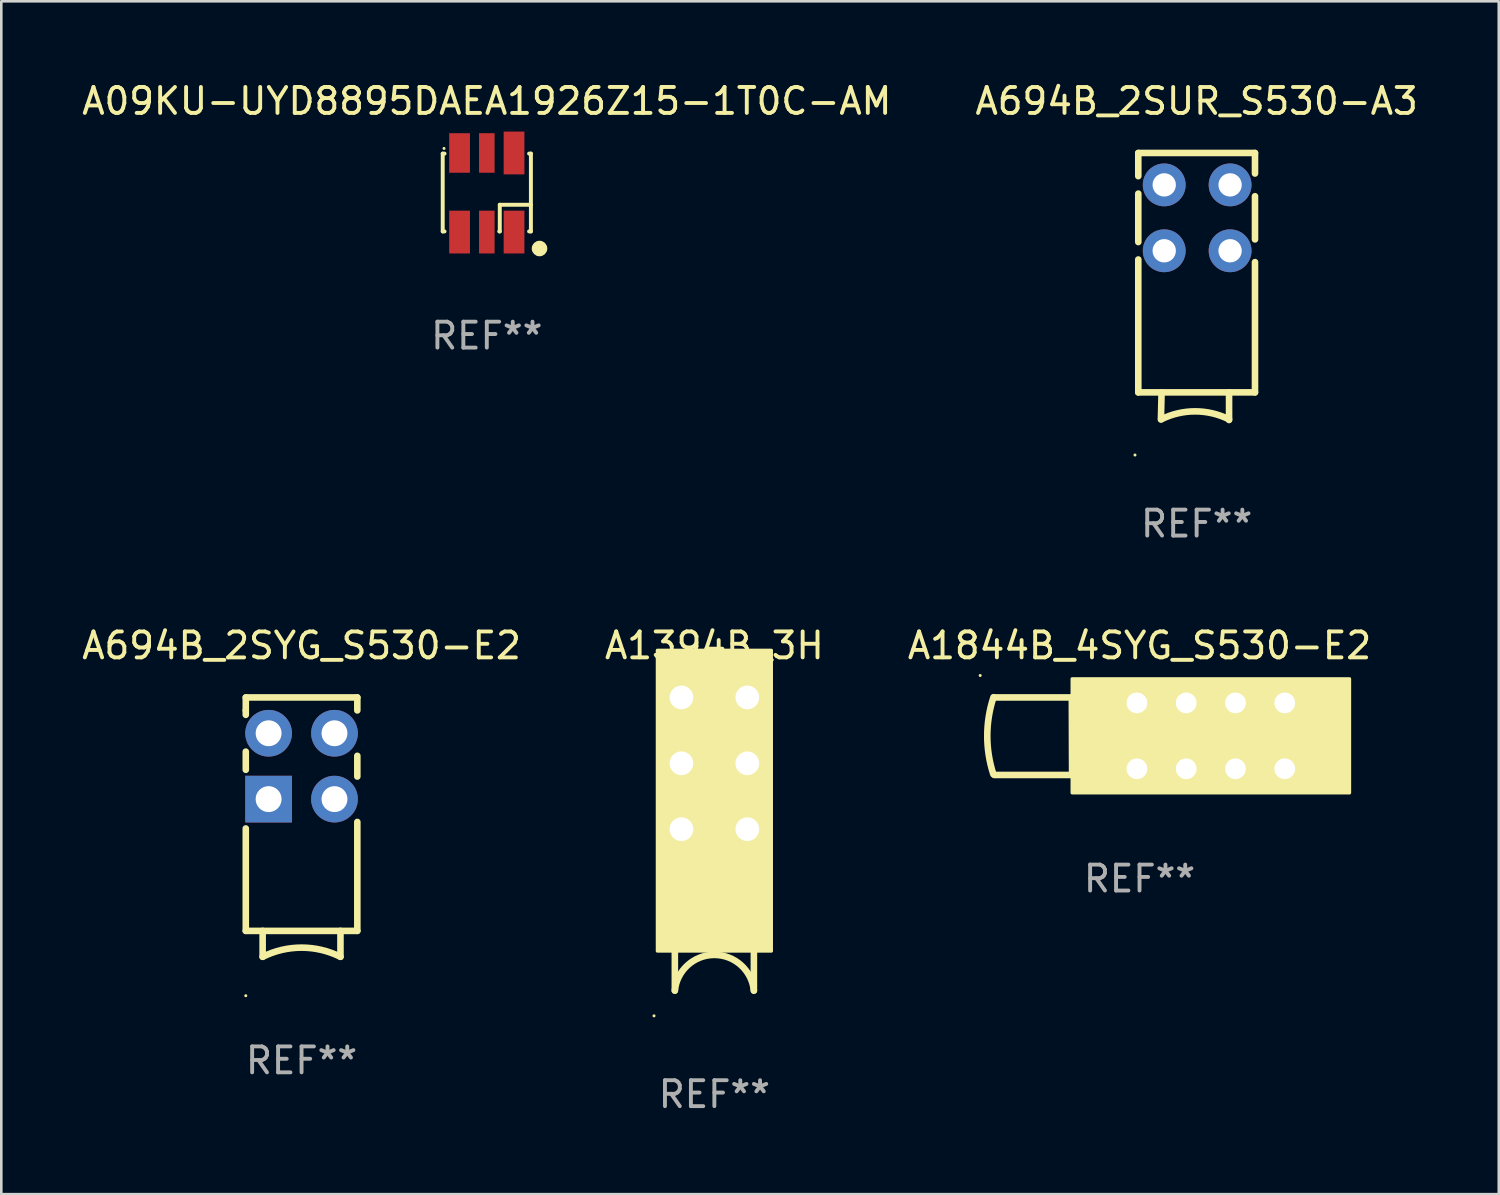
<source format=kicad_pcb>
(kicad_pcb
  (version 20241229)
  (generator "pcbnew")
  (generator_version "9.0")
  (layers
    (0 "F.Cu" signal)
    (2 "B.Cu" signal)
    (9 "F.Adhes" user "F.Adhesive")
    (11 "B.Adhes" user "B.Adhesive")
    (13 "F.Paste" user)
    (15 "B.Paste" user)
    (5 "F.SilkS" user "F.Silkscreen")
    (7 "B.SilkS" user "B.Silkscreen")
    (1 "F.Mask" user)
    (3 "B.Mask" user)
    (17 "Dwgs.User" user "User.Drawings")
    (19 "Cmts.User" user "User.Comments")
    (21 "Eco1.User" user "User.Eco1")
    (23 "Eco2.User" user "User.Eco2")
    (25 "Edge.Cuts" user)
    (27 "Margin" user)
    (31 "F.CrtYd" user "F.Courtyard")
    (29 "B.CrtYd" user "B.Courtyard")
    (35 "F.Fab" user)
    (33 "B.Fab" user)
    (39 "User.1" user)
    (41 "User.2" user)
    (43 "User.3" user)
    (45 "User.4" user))
  (footprint "A694B_2SYG_S530-E2"
    (layer "F.Cu")
    (at 8.577 28.842)
    (property "Reference" "A694B_2SYG_S530-E2" (at 0 -7 0) (layer "F.SilkS") (effects (font (size 1 1) (thickness 0.15))))
    (attr through_hole)
    (fp_line (start -2.15 -4.5) (end -2.15 -5) (stroke (width 0.254) (type solid)) (layer "F.SilkS"))
    (fp_line (start -2.15 -4.5) (end -2.15 -4.33) (stroke (width 0.254) (type solid)) (layer "F.SilkS"))
    (fp_line (start -2.15 -2.911) (end -2.15 -2.211) (stroke (width 0.254) (type solid)) (layer "F.SilkS"))
    (fp_line (start -2.15 0.051) (end -2.15 4) (stroke (width 0.254) (type solid)) (layer "F.SilkS"))
    (fp_line (start -1.5 4) (end -1.5 5) (stroke (width 0.254) (type solid)) (layer "F.SilkS"))
    (fp_line (start 1.5 4) (end 1.5 5) (stroke (width 0.254) (type solid)) (layer "F.SilkS"))
    (fp_line (start 2.15 -5) (end -2.15 -5) (stroke (width 0.254) (type solid)) (layer "F.SilkS"))
    (fp_line (start 2.15 -4.5) (end 2.15 -5) (stroke (width 0.254) (type solid)) (layer "F.SilkS"))
    (fp_line (start 2.15 -1.95) (end 2.15 -2.75) (stroke (width 0.254) (type solid)) (layer "F.SilkS"))
    (fp_line (start 2.15 4) (end -2.15 4) (stroke (width 0.254) (type solid)) (layer "F.SilkS"))
    (fp_line (start 2.15 4) (end 2.15 -0.2) (stroke (width 0.254) (type solid)) (layer "F.SilkS"))
    (fp_arc (start -1.499975 5.000013) (mid 0.000025 4.645911) (end 1.500025 5.000013) (stroke (width 0.254001) (type solid)) (layer "F.SilkS"))
    (fp_circle (center -2.15 6.5) (end -2.12 6.5) (stroke (width 0.06) (type solid)) (fill no) (layer "F.SilkS"))
    (fp_text user "REF**" (at 0 9 0) (layer "F.Fab") (effects (font (size 1 1) (thickness 0.15))))
    (pad "1" thru_hole rect (at -1.27 -1.08) (size 1.8 1.8) (drill 1) (layers "*.Cu" "*.Mask"))
    (pad "2" thru_hole circle (at 1.27 -1.08) (size 1.8 1.8) (drill 1) (layers "*.Cu" "*.Mask"))
    (pad "3" thru_hole circle (at -1.27 -3.62) (size 1.8 1.8) (drill 1) (layers "*.Cu" "*.Mask"))
    (pad "4" thru_hole circle (at 1.27 -3.62) (size 1.8 1.8) (drill 1) (layers "*.Cu" "*.Mask")))
  (footprint "A09KU-UYD8895DAEA1926Z15-1T0C-AM"
    (layer "F.Cu")
    (at 15.72 4.373)
    (property "Reference" "A09KU-UYD8895DAEA1926Z15-1T0C-AM" (at 0 -3.525 0) (layer "F.SilkS") (effects (font (size 1 1) (thickness 0.15))))
    (attr through_hole)
    (fp_line (start -1.7 1.5) (end -1.7 -1.5) (stroke (width 0.152) (type solid)) (layer "F.SilkS"))
    (fp_line (start -1.63 -1.5) (end -1.7 -1.5) (stroke (width 0.152) (type solid)) (layer "F.SilkS"))
    (fp_line (start -1.63 1.5) (end -1.7 1.5) (stroke (width 0.152) (type solid)) (layer "F.SilkS"))
    (fp_line (start 0.5 0.472) (end 0.5 1.5) (stroke (width 0.152) (type solid)) (layer "F.SilkS"))
    (fp_line (start 0.5 1.5) (end 0.48 1.5) (stroke (width 0.152) (type solid)) (layer "F.SilkS"))
    (fp_line (start 1.63 1.5) (end 1.7 1.5) (stroke (width 0.152) (type solid)) (layer "F.SilkS"))
    (fp_line (start 1.7 -1.5) (end 1.63 -1.5) (stroke (width 0.152) (type solid)) (layer "F.SilkS"))
    (fp_line (start 1.7 -1.5) (end 1.7 1.5) (stroke (width 0.152) (type solid)) (layer "F.SilkS"))
    (fp_line (start 1.7 0.472) (end 0.5 0.472) (stroke (width 0.152) (type solid)) (layer "F.SilkS"))
    (fp_circle (center -1.65 -1.7) (end -1.62 -1.7) (stroke (width 0.06) (type solid)) (fill no) (layer "F.SilkS"))
    (fp_circle (center 2.032 2.159) (end 2.182 2.159) (stroke (width 0.3) (type solid)) (fill no) (layer "F.SilkS"))
    (fp_text user "REF**" (at 0 5.525 0) (layer "F.Fab") (effects (font (size 1 1) (thickness 0.15))))
    (pad "1" smd rect (at -1.05 -1.525) (size 0.8 1.525) (layers "F.Cu" "F.Mask" "F.Paste"))
    (pad "2" smd rect (at 0 -1.525) (size 0.6 1.525) (layers "F.Cu" "F.Mask" "F.Paste"))
    (pad "3" smd rect (at 1.05 -1.525) (size 0.8 1.65) (layers "F.Cu" "F.Mask" "F.Paste"))
    (pad "4" smd rect (at -1.05 1.525) (size 0.8 1.65) (layers "F.Cu" "F.Mask" "F.Paste"))
    (pad "5" smd rect (at 0 1.525) (size 0.6 1.65) (layers "F.Cu" "F.Mask" "F.Paste"))
    (pad "6" smd rect (at 1.05 1.525) (size 0.8 1.65) (layers "F.Cu" "F.Mask" "F.Paste")))
  (footprint "A1394B_3H"
    (layer "F.Cu")
    (at 24.494 29.493)
    (property "Reference" "A1394B_3H" (at 0 -7.652 0) (layer "F.SilkS") (effects (font (size 1 1) (thickness 0.15))))
    (attr through_hole)
    (fp_line (start -1.524 5.652) (end -1.524 4.128) (stroke (width 0.254) (type solid)) (layer "F.SilkS"))
    (fp_line (start 1.524 5.652) (end 1.524 4.128) (stroke (width 0.254) (type solid)) (layer "F.SilkS"))
    (fp_arc (start -1.524003 5.651512) (mid 0 4.275346) (end 1.524003 5.651511) (stroke (width 0.254001) (type solid)) (layer "F.SilkS"))
    (fp_circle (center -2.327 6.625) (end -2.297 6.625) (stroke (width 0.06) (type solid)) (fill no) (layer "F.SilkS"))
    (fp_poly (pts (xy -2.2 -7.471) (xy 2.2 -7.471) (xy 2.2 4.129) (xy -2.2 4.129)) (stroke (width 0.12) (type solid)) (fill yes) (layer "F.SilkS"))
    (fp_text user "REF**" (at 0 9.652 0) (layer "F.Fab") (effects (font (size 1 1) (thickness 0.15))))
    (pad "1" thru_hole circle (at -1.27 -0.572) (size 1.524 1.524) (drill 0.914) (layers "*.Cu" "*.Mask"))
    (pad "2" thru_hole circle (at 1.27 -0.572) (size 1.524 1.524) (drill 0.914) (layers "*.Cu" "*.Mask"))
    (pad "3" thru_hole circle (at -1.27 -3.112) (size 1.524 1.524) (drill 0.914) (layers "*.Cu" "*.Mask"))
    (pad "4" thru_hole circle (at 1.27 -3.112) (size 1.524 1.524) (drill 0.914) (layers "*.Cu" "*.Mask"))
    (pad "5" thru_hole circle (at -1.27 -5.652) (size 1.524 1.524) (drill 0.914) (layers "*.Cu" "*.Mask"))
    (pad "6" thru_hole circle (at 1.27 -5.652) (size 1.524 1.524) (drill 0.914) (layers "*.Cu" "*.Mask")))
  (footprint "A1844B_4SYG_S530-E2"
    (layer "F.Cu")
    (at 40.887 25.336)
    (property "Reference" "A1844B_4SYG_S530-E2" (at 0 -3.495 0) (layer "F.SilkS") (effects (font (size 1 1) (thickness 0.15))))
    (attr through_hole)
    (fp_line (start -5.599 -1.495) (end -2.61 -1.495) (stroke (width 0.254) (type solid)) (layer "F.SilkS"))
    (fp_line (start -2.61 -1.495) (end -2.6 1.495) (stroke (width 0.254) (type solid)) (layer "F.SilkS"))
    (fp_line (start -2.6 1.495) (end -5.599 1.495) (stroke (width 0.254) (type solid)) (layer "F.SilkS"))
    (fp_arc (start -5.637465 1.463373) (mid -5.87046 -0.020851) (end -5.63048 -1.503962) (stroke (width 0.254001) (type solid)) (layer "F.SilkS"))
    (fp_circle (center -6.144 -2.341) (end -6.114 -2.341) (stroke (width 0.06) (type solid)) (fill no) (layer "F.SilkS"))
    (fp_poly (pts (xy -2.6 -2.214) (xy 8.1 -2.214) (xy 8.1 2.186) (xy -2.6 2.186)) (stroke (width 0.12) (type solid)) (fill yes) (layer "F.SilkS"))
    (fp_text user "REF**" (at 0 5.495 0) (layer "F.Fab") (effects (font (size 1 1) (thickness 0.15))))
    (pad "1" thru_hole circle (at -0.101 -1.284) (size 1.3 1.3) (drill 0.8) (layers "*.Cu" "*.Mask"))
    (pad "2" thru_hole circle (at -0.101 1.256) (size 1.3 1.3) (drill 0.8) (layers "*.Cu" "*.Mask"))
    (pad "3" thru_hole circle (at 1.8 -1.284) (size 1.3 1.3) (drill 0.8) (layers "*.Cu" "*.Mask"))
    (pad "4" thru_hole circle (at 1.8 1.256) (size 1.3 1.3) (drill 0.8) (layers "*.Cu" "*.Mask"))
    (pad "5" thru_hole circle (at 3.7 -1.284) (size 1.3 1.3) (drill 0.8) (layers "*.Cu" "*.Mask"))
    (pad "6" thru_hole circle (at 3.7 1.256) (size 1.3 1.3) (drill 0.8) (layers "*.Cu" "*.Mask"))
    (pad "7" thru_hole circle (at 5.599 -1.284) (size 1.3 1.3) (drill 0.8) (layers "*.Cu" "*.Mask"))
    (pad "8" thru_hole circle (at 5.599 1.256) (size 1.3 1.3) (drill 0.8) (layers "*.Cu" "*.Mask")))
  (footprint "A694B_2SUR_S530-A3"
    (layer "F.Cu")
    (at 43.089 7.997)
    (property "Reference" "A694B_2SUR_S530-A3" (at 0 -7.148 0) (layer "F.SilkS") (effects (font (size 1 1) (thickness 0.15))))
    (attr through_hole)
    (fp_line (start -2.25 -5.148) (end -2.25 -4.254) (stroke (width 0.254) (type solid)) (layer "F.SilkS"))
    (fp_line (start -2.25 -3.582) (end -2.25 -1.714) (stroke (width 0.254) (type solid)) (layer "F.SilkS"))
    (fp_line (start -2.25 -1.042) (end -2.25 4.082) (stroke (width 0.254) (type solid)) (layer "F.SilkS"))
    (fp_line (start -2.25 4.082) (end 2.25 4.082) (stroke (width 0.254) (type solid)) (layer "F.SilkS"))
    (fp_line (start -1.377 5.124) (end -1.352 4.083) (stroke (width 0.254) (type solid)) (layer "F.SilkS"))
    (fp_line (start 1.25 5.148) (end 1.25 4.082) (stroke (width 0.254) (type solid)) (layer "F.SilkS"))
    (fp_line (start 2.25 -5.148) (end -2.25 -5.148) (stroke (width 0.254) (type solid)) (layer "F.SilkS"))
    (fp_line (start 2.25 -4.356) (end 2.25 -5.148) (stroke (width 0.254) (type solid)) (layer "F.SilkS"))
    (fp_line (start 2.25 -1.816) (end 2.25 -3.481) (stroke (width 0.254) (type solid)) (layer "F.SilkS"))
    (fp_line (start 2.25 4.082) (end 2.25 -0.941) (stroke (width 0.254) (type solid)) (layer "F.SilkS"))
    (fp_arc (start -1.368174 5.122746) (mid -0.059068 4.81387) (end 1.250037 5.122746) (stroke (width 0.254001) (type solid)) (layer "F.SilkS"))
    (fp_circle (center -2.377 6.497) (end -2.347 6.497) (stroke (width 0.06) (type solid)) (fill no) (layer "F.SilkS"))
    (fp_text user "REF**" (at 0 9.148 0) (layer "F.Fab") (effects (font (size 1 1) (thickness 0.15))))
    (pad "1" thru_hole circle (at -1.25 -1.378) (size 1.651 1.651) (drill 0.9) (layers "*.Cu" "*.Mask"))
    (pad "2" thru_hole circle (at 1.29 -1.378) (size 1.651 1.651) (drill 0.9) (layers "*.Cu" "*.Mask"))
    (pad "3" thru_hole circle (at -1.25 -3.918) (size 1.651 1.651) (drill 0.9) (layers "*.Cu" "*.Mask"))
    (pad "4" thru_hole circle (at 1.29 -3.918) (size 1.651 1.651) (drill 0.9) (layers "*.Cu" "*.Mask")))
  (gr_rect
    (start -3 -3)
    (end 54.738 42.993)
    (stroke (width 0.1) (type default))
    (fill no)
    (layer "Edge.Cuts")))
</source>
